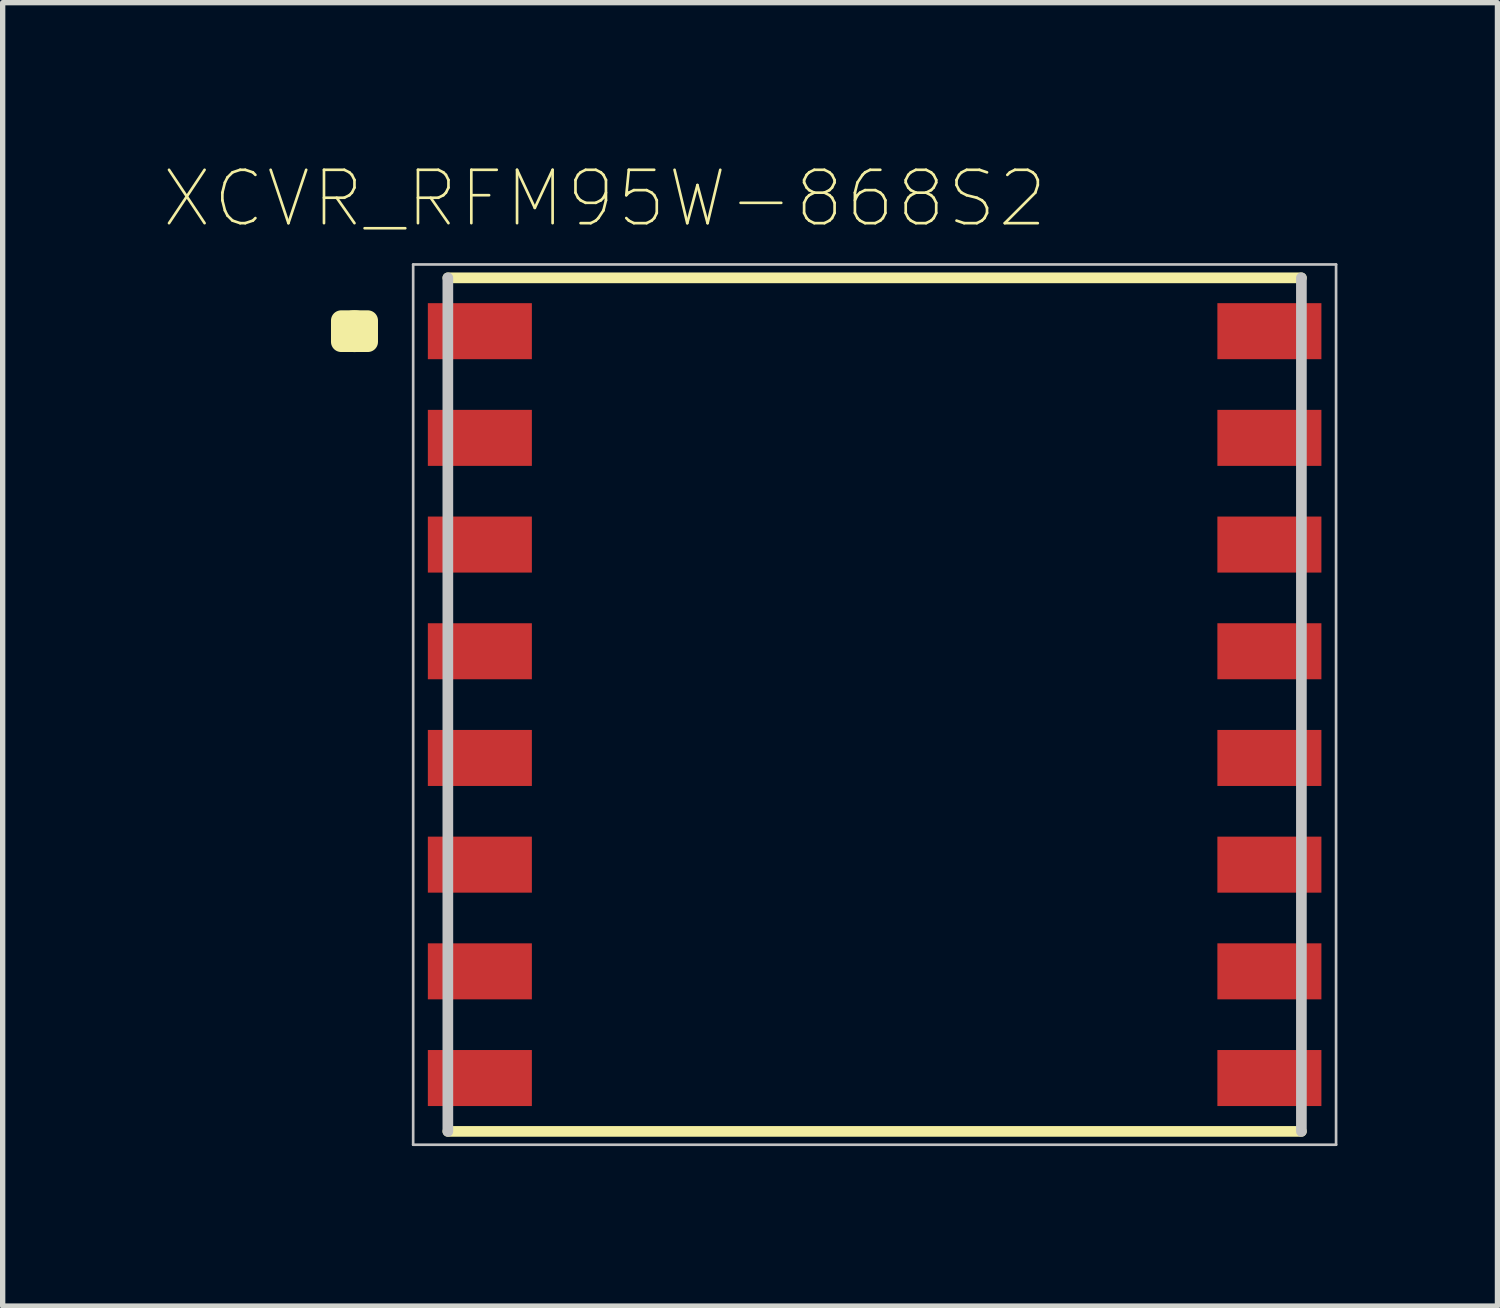
<source format=kicad_pcb>
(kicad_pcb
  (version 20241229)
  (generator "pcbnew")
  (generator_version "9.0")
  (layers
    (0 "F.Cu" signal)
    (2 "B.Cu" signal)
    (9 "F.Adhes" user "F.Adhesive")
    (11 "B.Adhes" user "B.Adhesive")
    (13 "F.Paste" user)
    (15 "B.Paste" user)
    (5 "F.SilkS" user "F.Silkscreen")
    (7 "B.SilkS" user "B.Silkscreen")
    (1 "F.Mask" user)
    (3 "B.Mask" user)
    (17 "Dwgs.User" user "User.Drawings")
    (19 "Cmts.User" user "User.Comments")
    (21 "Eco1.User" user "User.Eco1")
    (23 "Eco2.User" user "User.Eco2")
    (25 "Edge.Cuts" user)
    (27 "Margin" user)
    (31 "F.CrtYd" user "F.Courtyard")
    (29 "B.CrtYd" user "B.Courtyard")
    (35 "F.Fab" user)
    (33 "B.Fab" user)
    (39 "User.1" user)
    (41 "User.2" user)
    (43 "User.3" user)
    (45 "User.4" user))
  (footprint "XCVR_RFM95W-868S2"
    (layer "F.Cu")
    (at 13.345 10.158)
    (property "Reference" "XCVR_RFM95W-868S2" (at -5.06 -9.485 0) (layer "F.SilkS") (effects (font (size 1 1) (thickness 0.05))))
    (attr smd)
    (fp_line (start -8 -8) (end 8 -8) (stroke (width 0.2) (type solid)) (layer "F.SilkS"))
    (fp_line (start 8 8) (end -8 8) (stroke (width 0.2) (type solid)) (layer "F.SilkS"))
    (fp_circle (center -9.75 -7) (end -9.458 -7) (stroke (width 0.2) (type solid)) (fill no) (layer "F.SilkS"))
    (fp_poly (pts (xy -10 -7.2) (xy -9.5 -7.2) (xy -9.5 -6.8) (xy -10 -6.8)) (stroke (width 0.381) (type solid)) (fill yes) (layer "F.SilkS"))
    (fp_line (start -8.65 -8.25) (end 8.65 -8.25) (stroke (width 0.05) (type solid)) (layer "Dwgs.User"))
    (fp_line (start -8.65 8.25) (end -8.65 -8.25) (stroke (width 0.05) (type solid)) (layer "Dwgs.User"))
    (fp_line (start -8 8) (end -8 -8) (stroke (width 0.2) (type solid)) (layer "Dwgs.User"))
    (fp_line (start 8 -8) (end 8 8) (stroke (width 0.2) (type solid)) (layer "Dwgs.User"))
    (fp_line (start 8.65 -8.25) (end 8.65 8.25) (stroke (width 0.05) (type solid)) (layer "Dwgs.User"))
    (fp_line (start 8.65 8.25) (end -8.65 8.25) (stroke (width 0.05) (type solid)) (layer "Dwgs.User"))
    (pad "1" smd rect (at -7.4 -7) (size 1.95 1.05) (layers "F.Cu" "F.Mask" "F.Paste"))
    (pad "2" smd rect (at -7.4 -5) (size 1.95 1.05) (layers "F.Cu" "F.Mask" "F.Paste"))
    (pad "3" smd rect (at -7.4 -3) (size 1.95 1.05) (layers "F.Cu" "F.Mask" "F.Paste"))
    (pad "4" smd rect (at -7.4 -1) (size 1.95 1.05) (layers "F.Cu" "F.Mask" "F.Paste"))
    (pad "5" smd rect (at -7.4 1) (size 1.95 1.05) (layers "F.Cu" "F.Mask" "F.Paste"))
    (pad "6" smd rect (at -7.4 3) (size 1.95 1.05) (layers "F.Cu" "F.Mask" "F.Paste"))
    (pad "7" smd rect (at -7.4 5) (size 1.95 1.05) (layers "F.Cu" "F.Mask" "F.Paste"))
    (pad "8" smd rect (at -7.4 7) (size 1.95 1.05) (layers "F.Cu" "F.Mask" "F.Paste"))
    (pad "9" smd rect (at 7.4 7 180) (size 1.95 1.05) (layers "F.Cu" "F.Mask" "F.Paste"))
    (pad "10" smd rect (at 7.4 5 180) (size 1.95 1.05) (layers "F.Cu" "F.Mask" "F.Paste"))
    (pad "11" smd rect (at 7.4 3 180) (size 1.95 1.05) (layers "F.Cu" "F.Mask" "F.Paste"))
    (pad "12" smd rect (at 7.4 1 180) (size 1.95 1.05) (layers "F.Cu" "F.Mask" "F.Paste"))
    (pad "13" smd rect (at 7.4 -1 180) (size 1.95 1.05) (layers "F.Cu" "F.Mask" "F.Paste"))
    (pad "14" smd rect (at 7.4 -3 180) (size 1.95 1.05) (layers "F.Cu" "F.Mask" "F.Paste"))
    (pad "15" smd rect (at 7.4 -5 180) (size 1.95 1.05) (layers "F.Cu" "F.Mask" "F.Paste"))
    (pad "16" smd rect (at 7.4 -7 180) (size 1.95 1.05) (layers "F.Cu" "F.Mask" "F.Paste")))
  (gr_rect
    (start -3 -3)
    (end 25.02 21.433)
    (stroke (width 0.1) (type default))
    (fill no)
    (layer "Edge.Cuts")))
</source>
